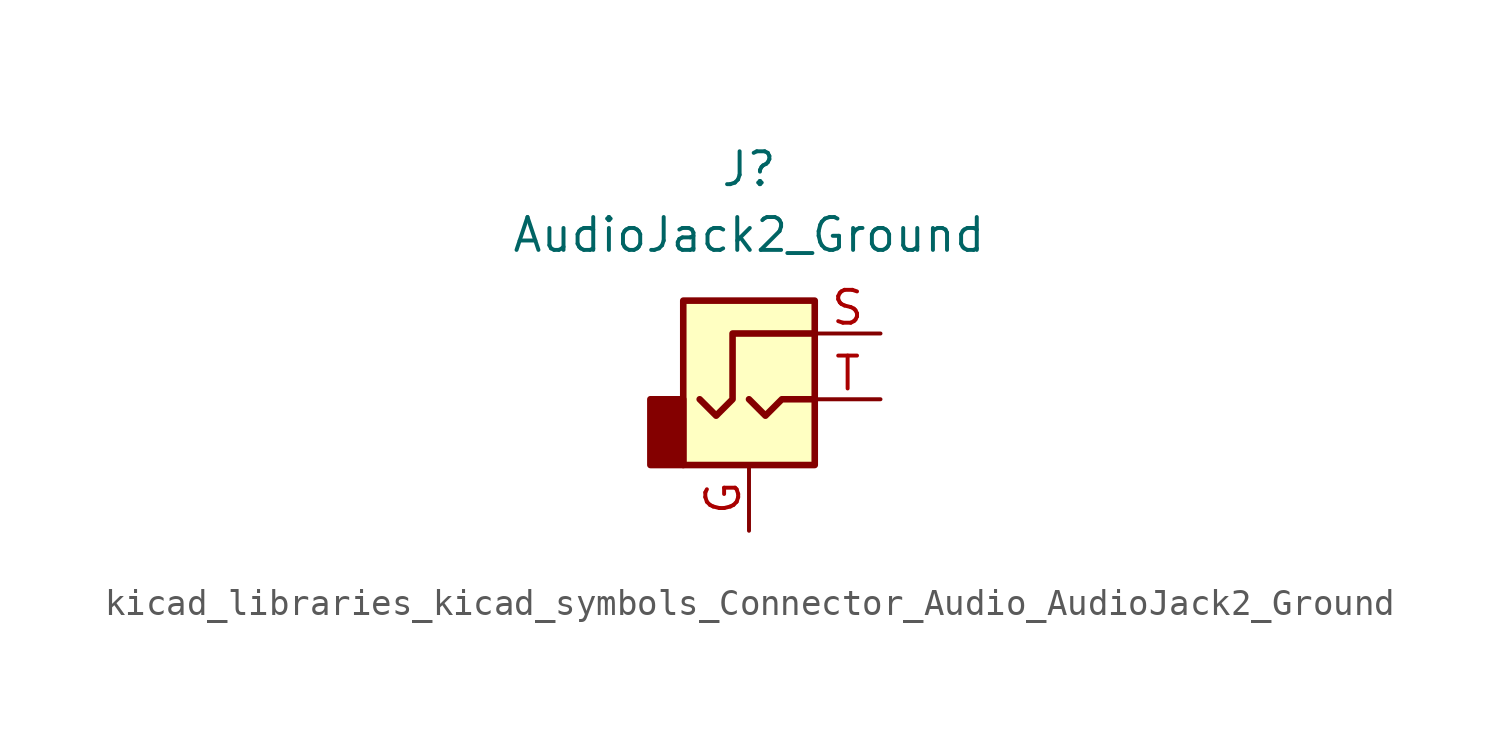
<source format=kicad_sym>
(kicad_symbol_lib
  (version 20220914)
  (generator kicad_symbol_editor)
  (symbol "kicad_libraries_kicad_symbols_Connector_Audio_AudioJack2_Ground"
    (property "Reference" "J"
      (at 0 8.89 0)
      (effects (font (size 1.27 1.27))))
    (property "Value" "AudioJack2_Ground"
      (at 0 6.35 0)
      (effects (font (size 1.27 1.27))))
    (symbol "kicad_libraries_kicad_symbols_Connector_Audio_AudioJack2_Ground_0_1"
      (rectangle (start -2.54 -2.54) (end -3.81 0) (stroke (width 0.254) (type default)) (fill (type outline)))
      (polyline (pts (xy 0 0) (xy 0.635 -0.635) (xy 1.27 0) (xy 2.54 0)) (stroke (width 0.254) (type default)) (fill (type none)))
      (polyline (pts (xy 2.54 2.54) (xy -0.635 2.54) (xy -0.635 0) (xy -1.27 -0.635) (xy -1.905 0)) (stroke (width 0.254) (type default)) (fill (type none)))
      (rectangle (start 2.54 3.81) (end -2.54 -2.54) (stroke (width 0.254) (type default)) (fill (type background))))
    (symbol "kicad_libraries_kicad_symbols_Connector_Audio_AudioJack2_Ground_1_1"
      (pin passive line (at 0 -5.08 90) (length 2.54) (name "~" (effects (font (size 1.27 1.27)))) (number "G" (effects (font (size 1.27 1.27)))))
      (pin passive line (at 5.08 2.54 180) (length 2.54) (name "~" (effects (font (size 1.27 1.27)))) (number "S" (effects (font (size 1.27 1.27)))))
      (pin passive line (at 5.08 0 180) (length 2.54) (name "~" (effects (font (size 1.27 1.27)))) (number "T" (effects (font (size 1.27 1.27))))))))
</source>
